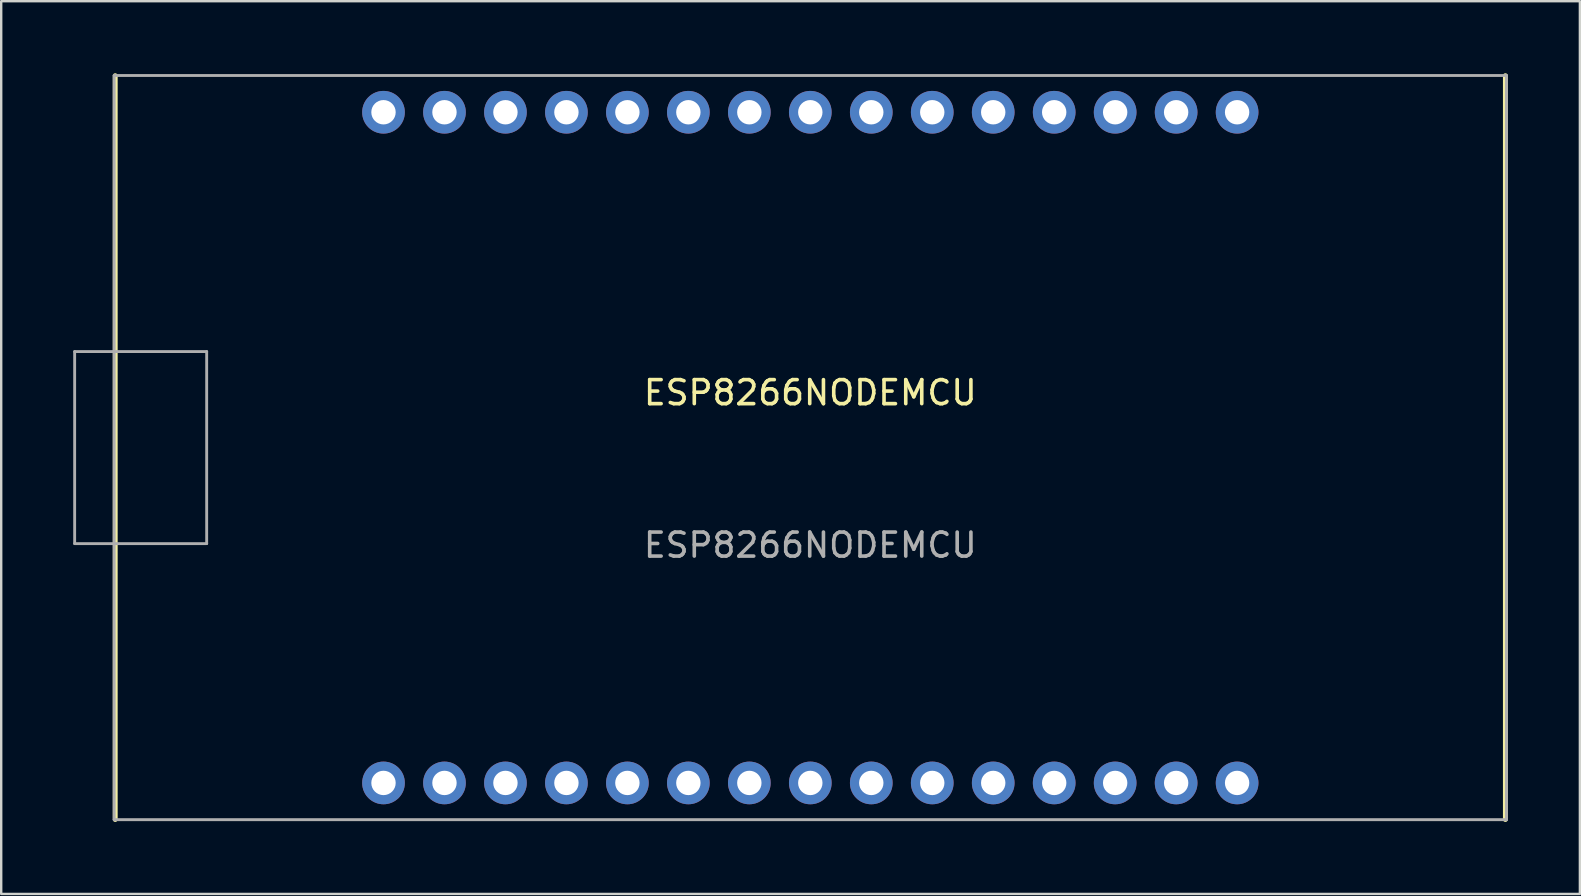
<source format=kicad_pcb>
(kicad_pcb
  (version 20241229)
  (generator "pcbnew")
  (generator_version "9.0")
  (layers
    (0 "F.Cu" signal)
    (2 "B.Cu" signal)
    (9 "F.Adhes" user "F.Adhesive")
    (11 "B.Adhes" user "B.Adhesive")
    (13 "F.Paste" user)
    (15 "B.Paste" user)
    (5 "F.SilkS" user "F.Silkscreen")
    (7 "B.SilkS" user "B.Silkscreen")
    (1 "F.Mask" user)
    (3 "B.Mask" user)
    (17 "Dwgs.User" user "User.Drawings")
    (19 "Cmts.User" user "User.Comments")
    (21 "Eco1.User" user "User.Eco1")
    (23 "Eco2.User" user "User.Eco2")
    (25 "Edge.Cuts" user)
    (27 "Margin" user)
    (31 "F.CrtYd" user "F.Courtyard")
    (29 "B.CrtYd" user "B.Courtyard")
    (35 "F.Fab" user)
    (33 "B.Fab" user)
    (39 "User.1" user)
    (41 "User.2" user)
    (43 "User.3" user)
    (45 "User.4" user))
  (footprint "ESP8266NODEMCU"
    (layer "F.Cu")
    (at 30.706 15.596)
    (property "Reference" "ESP8266NODEMCU" (at 0 -2.286 0) (unlocked yes) (layer "F.SilkS") (effects (font (size 1 1) (thickness 0.15))))
    (attr through_hole)
    (fp_line (start -28.956 15.494) (end -28.956 -15.494) (stroke (width 0.203) (type solid)) (layer "F.SilkS"))
    (fp_line (start 28.956 15.494) (end 28.956 -15.494) (stroke (width 0.203) (type solid)) (layer "F.SilkS"))
    (fp_line (start -30.646 -4) (end -30.646 4) (stroke (width 0.12) (type solid)) (layer "F.Fab"))
    (fp_line (start -29 -15.5) (end 29 -15.5) (stroke (width 0.12) (type solid)) (layer "F.Fab"))
    (fp_line (start -29 15.5) (end -29 -15.5) (stroke (width 0.12) (type solid)) (layer "F.Fab"))
    (fp_line (start -29 15.5) (end 29 15.5) (stroke (width 0.12) (type solid)) (layer "F.Fab"))
    (fp_line (start -25.146 -4) (end -30.646 -4) (stroke (width 0.12) (type solid)) (layer "F.Fab"))
    (fp_line (start -25.146 -4) (end -25.146 4) (stroke (width 0.12) (type solid)) (layer "F.Fab"))
    (fp_line (start -25.146 4) (end -30.646 4) (stroke (width 0.12) (type solid)) (layer "F.Fab"))
    (fp_line (start 29 15.5) (end 29 -15.5) (stroke (width 0.12) (type solid)) (layer "F.Fab"))
    (fp_text user "${REFERENCE}" (at 0 4.064 0) (unlocked yes) (layer "F.Fab") (effects (font (size 1 1) (thickness 0.15))))
    (pad "1" thru_hole circle (at 17.78 -13.97) (size 1.778 1.778) (drill 1.016) (layers "*.Cu" "*.Mask"))
    (pad "2" thru_hole circle (at 15.24 -13.97) (size 1.778 1.778) (drill 1.016) (layers "*.Cu" "*.Mask"))
    (pad "3" thru_hole circle (at 12.7 -13.97) (size 1.778 1.778) (drill 1.016) (layers "*.Cu" "*.Mask"))
    (pad "4" thru_hole circle (at 10.16 -13.97) (size 1.778 1.778) (drill 1.016) (layers "*.Cu" "*.Mask"))
    (pad "5" thru_hole circle (at 7.62 -13.97) (size 1.778 1.778) (drill 1.016) (layers "*.Cu" "*.Mask"))
    (pad "6" thru_hole circle (at 5.08 -13.97) (size 1.778 1.778) (drill 1.016) (layers "*.Cu" "*.Mask"))
    (pad "7" thru_hole circle (at 2.54 -13.97) (size 1.778 1.778) (drill 1.016) (layers "*.Cu" "*.Mask"))
    (pad "8" thru_hole circle (at 0 -13.97) (size 1.778 1.778) (drill 1.016) (layers "*.Cu" "*.Mask"))
    (pad "9" thru_hole circle (at -2.54 -13.97) (size 1.778 1.778) (drill 1.016) (layers "*.Cu" "*.Mask"))
    (pad "10" thru_hole circle (at -5.08 -13.97) (size 1.778 1.778) (drill 1.016) (layers "*.Cu" "*.Mask"))
    (pad "11" thru_hole circle (at -7.62 -13.97) (size 1.778 1.778) (drill 1.016) (layers "*.Cu" "*.Mask"))
    (pad "12" thru_hole circle (at -10.16 -13.97) (size 1.778 1.778) (drill 1.016) (layers "*.Cu" "*.Mask"))
    (pad "13" thru_hole circle (at -12.7 -13.97) (size 1.778 1.778) (drill 1.016) (layers "*.Cu" "*.Mask"))
    (pad "14" thru_hole circle (at -15.24 -13.97) (size 1.778 1.778) (drill 1.016) (layers "*.Cu" "*.Mask"))
    (pad "15" thru_hole circle (at -17.78 -13.97) (size 1.778 1.778) (drill 1.016) (layers "*.Cu" "*.Mask"))
    (pad "16" thru_hole circle (at -17.78 13.97) (size 1.778 1.778) (drill 1.016) (layers "*.Cu" "*.Mask"))
    (pad "17" thru_hole circle (at -15.24 13.97) (size 1.778 1.778) (drill 1.016) (layers "*.Cu" "*.Mask"))
    (pad "18" thru_hole circle (at -12.7 13.97) (size 1.778 1.778) (drill 1.016) (layers "*.Cu" "*.Mask"))
    (pad "19" thru_hole circle (at -10.16 13.97) (size 1.778 1.778) (drill 1.016) (layers "*.Cu" "*.Mask"))
    (pad "20" thru_hole circle (at -7.62 13.97) (size 1.778 1.778) (drill 1.016) (layers "*.Cu" "*.Mask"))
    (pad "21" thru_hole circle (at -5.08 13.97) (size 1.778 1.778) (drill 1.016) (layers "*.Cu" "*.Mask"))
    (pad "22" thru_hole circle (at -2.54 13.97) (size 1.778 1.778) (drill 1.016) (layers "*.Cu" "*.Mask"))
    (pad "23" thru_hole circle (at 0 13.97) (size 1.778 1.778) (drill 1.016) (layers "*.Cu" "*.Mask"))
    (pad "24" thru_hole circle (at 2.54 13.97) (size 1.778 1.778) (drill 1.016) (layers "*.Cu" "*.Mask"))
    (pad "25" thru_hole circle (at 5.08 13.97) (size 1.778 1.778) (drill 1.016) (layers "*.Cu" "*.Mask"))
    (pad "26" thru_hole circle (at 7.62 13.97) (size 1.778 1.778) (drill 1.016) (layers "*.Cu" "*.Mask"))
    (pad "27" thru_hole circle (at 10.16 13.97) (size 1.778 1.778) (drill 1.016) (layers "*.Cu" "*.Mask"))
    (pad "28" thru_hole circle (at 12.7 13.97) (size 1.778 1.778) (drill 1.016) (layers "*.Cu" "*.Mask"))
    (pad "29" thru_hole circle (at 15.24 13.97) (size 1.778 1.778) (drill 1.016) (layers "*.Cu" "*.Mask"))
    (pad "30" thru_hole circle (at 17.78 13.97) (size 1.778 1.778) (drill 1.016) (layers "*.Cu" "*.Mask")))
  (gr_rect
    (start -3 -3)
    (end 62.766 34.191)
    (stroke (width 0.1) (type default))
    (fill no)
    (layer "Edge.Cuts")))
</source>
